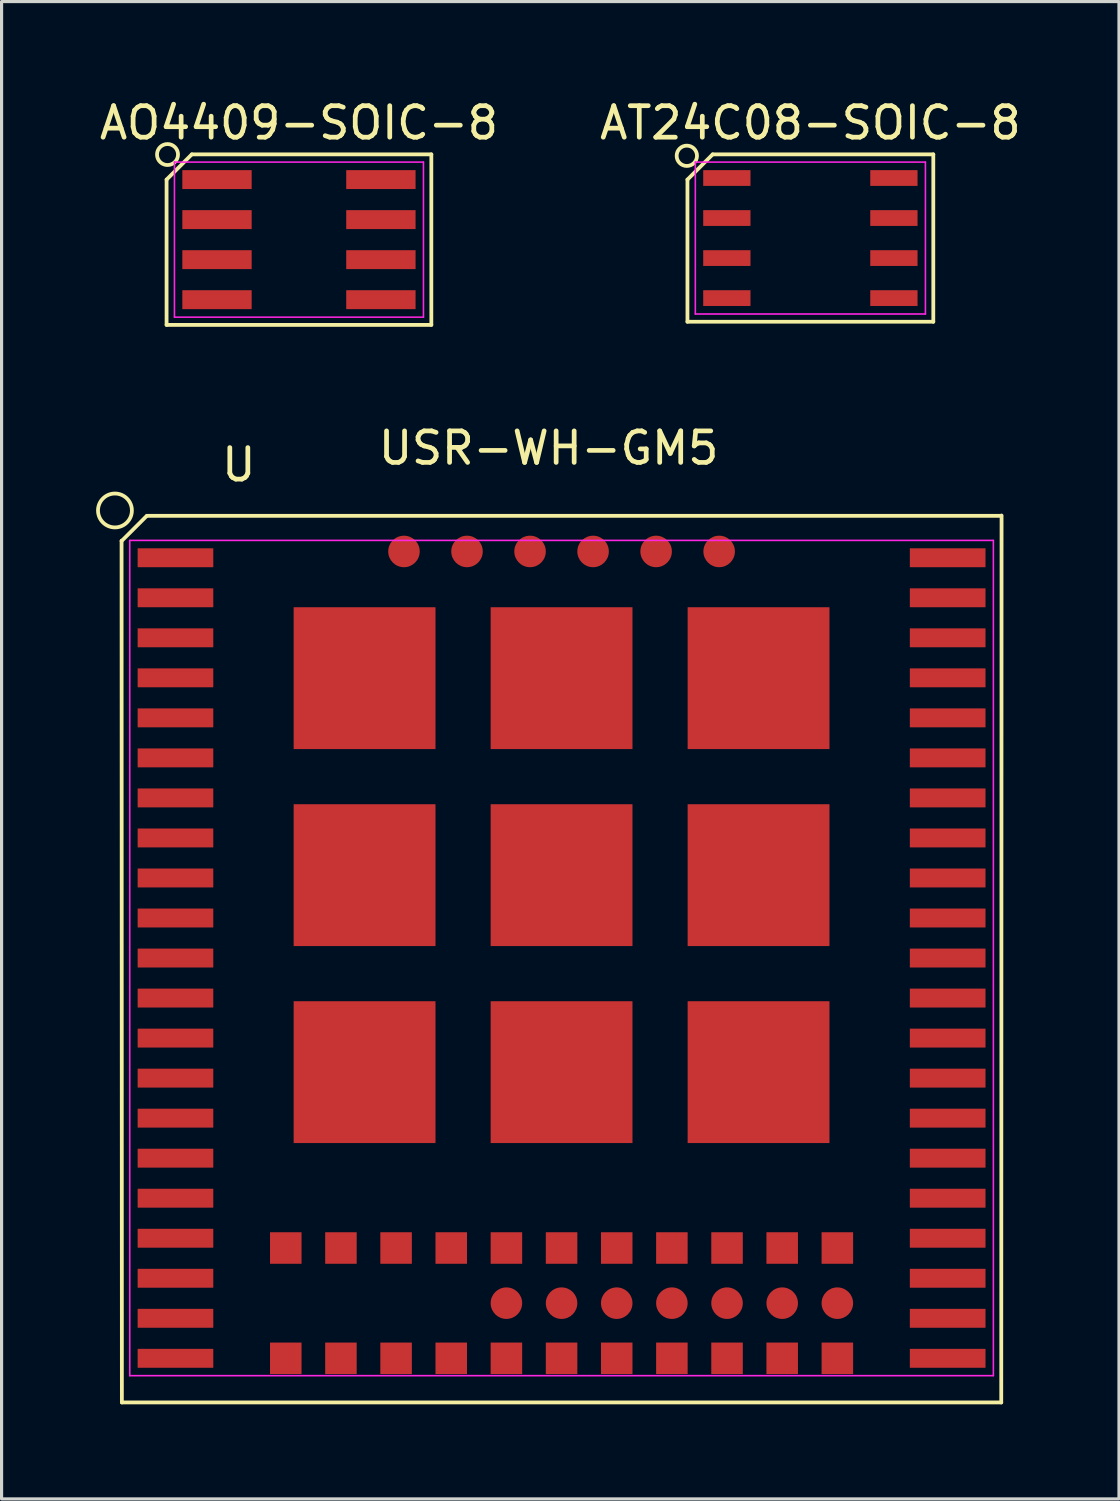
<source format=kicad_pcb>
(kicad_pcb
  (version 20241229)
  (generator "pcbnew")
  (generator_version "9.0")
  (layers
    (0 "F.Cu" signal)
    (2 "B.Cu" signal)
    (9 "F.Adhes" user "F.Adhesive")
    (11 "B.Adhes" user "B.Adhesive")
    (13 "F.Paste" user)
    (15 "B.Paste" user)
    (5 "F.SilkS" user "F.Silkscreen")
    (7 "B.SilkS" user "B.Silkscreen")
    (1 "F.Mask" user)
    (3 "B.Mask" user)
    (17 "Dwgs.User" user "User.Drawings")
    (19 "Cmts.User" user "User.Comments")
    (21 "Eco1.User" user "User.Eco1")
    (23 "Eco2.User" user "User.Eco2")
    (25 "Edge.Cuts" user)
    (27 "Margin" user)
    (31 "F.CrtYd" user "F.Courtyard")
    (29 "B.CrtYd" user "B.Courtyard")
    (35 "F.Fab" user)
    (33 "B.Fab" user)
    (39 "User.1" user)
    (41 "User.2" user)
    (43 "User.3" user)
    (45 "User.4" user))
  (footprint "AT24C08-SOIC-8"
    (layer "F.Cu")
    (at 22.651 4.353)
    (property "Reference" "AT24C08-SOIC-8" (at 0.01 -3.505 0) (layer "F.SilkS") (effects (font (size 1 1) (thickness 0.15))))
    (attr smd)
    (fp_line (start -3.89 -1.705) (end -3.09 -2.505) (stroke (width 0.12) (type solid)) (layer "F.SilkS"))
    (fp_line (start -3.89 2.805) (end -3.89 -1.705) (stroke (width 0.12) (type solid)) (layer "F.SilkS"))
    (fp_line (start -3.09 -2.505) (end 3.91 -2.505) (stroke (width 0.12) (type solid)) (layer "F.SilkS"))
    (fp_line (start 3.91 -2.505) (end 3.91 2.805) (stroke (width 0.12) (type solid)) (layer "F.SilkS"))
    (fp_line (start 3.91 2.805) (end -3.89 2.805) (stroke (width 0.12) (type solid)) (layer "F.SilkS"))
    (fp_circle (center -3.91 -2.46) (end -3.75 -2.18) (stroke (width 0.12) (type solid)) (fill no) (layer "F.SilkS"))
    (fp_line (start -3.64 -2.26) (end 3.66 -2.26) (stroke (width 0.05) (type solid)) (layer "F.CrtYd"))
    (fp_line (start -3.64 2.56) (end -3.64 -2.26) (stroke (width 0.05) (type solid)) (layer "F.CrtYd"))
    (fp_line (start 3.66 -2.26) (end 3.66 2.56) (stroke (width 0.05) (type solid)) (layer "F.CrtYd"))
    (fp_line (start 3.66 2.56) (end -3.64 2.56) (stroke (width 0.05) (type solid)) (layer "F.CrtYd"))
    (pad "1" smd rect (at -2.64 -1.755 270) (size 0.5 1.5) (layers "F.Cu" "F.Mask" "F.Paste"))
    (pad "2" smd rect (at -2.64 -0.485 270) (size 0.5 1.5) (layers "F.Cu" "F.Mask" "F.Paste"))
    (pad "3" smd rect (at -2.64 0.785 270) (size 0.5 1.5) (layers "F.Cu" "F.Mask" "F.Paste"))
    (pad "4" smd rect (at -2.64 2.055 270) (size 0.5 1.5) (layers "F.Cu" "F.Mask" "F.Paste"))
    (pad "5" smd rect (at 2.66 2.055 270) (size 0.5 1.5) (layers "F.Cu" "F.Mask" "F.Paste"))
    (pad "6" smd rect (at 2.66 0.785 270) (size 0.5 1.5) (layers "F.Cu" "F.Mask" "F.Paste"))
    (pad "7" smd rect (at 2.66 -0.485 270) (size 0.5 1.5) (layers "F.Cu" "F.Mask" "F.Paste"))
    (pad "8" smd rect (at 2.66 -1.755 270) (size 0.5 1.5) (layers "F.Cu" "F.Mask" "F.Paste")))
  (footprint "USR-WH-GM5"
    (layer "F.Cu")
    (at 14.657 26.346)
    (property "Reference" "USR-WH-GM5" (at -0.3 -15.18 0) (layer "F.SilkS") (effects (font (size 1 1) (thickness 0.15))))
    (attr smd)
    (fp_line (start -13.85 -12.24) (end -13.84 15.1) (stroke (width 0.12) (type solid)) (layer "F.SilkS"))
    (fp_line (start -13.85 -12.23) (end -13.05 -13.03) (stroke (width 0.12) (type solid)) (layer "F.SilkS"))
    (fp_line (start -13.04 -13.03) (end 14.06 -13.03) (stroke (width 0.12) (type solid)) (layer "F.SilkS"))
    (fp_line (start 14.06 15.1) (end -13.84 15.1) (stroke (width 0.12) (type solid)) (layer "F.SilkS"))
    (fp_line (start 14.07 -13.04) (end 14.06 15.1) (stroke (width 0.12) (type solid)) (layer "F.SilkS"))
    (fp_circle (center -14.06 -13.2) (end -13.68 -12.82) (stroke (width 0.12) (type solid)) (fill no) (layer "F.SilkS"))
    (fp_line (start -13.59 -12.25) (end 13.81 -12.25) (stroke (width 0.05) (type solid)) (layer "F.CrtYd"))
    (fp_line (start -13.59 14.25) (end -13.59 -12.25) (stroke (width 0.05) (type solid)) (layer "F.CrtYd"))
    (fp_line (start 13.81 -12.25) (end 13.81 14.25) (stroke (width 0.05) (type solid)) (layer "F.CrtYd"))
    (fp_line (start 13.81 14.25) (end -13.59 14.25) (stroke (width 0.05) (type solid)) (layer "F.CrtYd"))
    (fp_text user "U" (at -10.13 -14.65 0) (layer "F.SilkS") (effects (font (size 1 1) (thickness 0.15))))
    (pad "1" smd rect (at -12.14 -11.7 270) (size 0.6 2.4) (layers "F.Cu" "F.Mask" "F.Paste"))
    (pad "2" smd rect (at -12.14 -10.43 270) (size 0.6 2.4) (layers "F.Cu" "F.Mask" "F.Paste"))
    (pad "3" smd rect (at -12.14 -9.16 270) (size 0.6 2.4) (layers "F.Cu" "F.Mask" "F.Paste"))
    (pad "4" smd rect (at -12.14 -7.89 270) (size 0.6 2.4) (layers "F.Cu" "F.Mask" "F.Paste"))
    (pad "5" smd rect (at -12.14 -6.62 270) (size 0.6 2.4) (layers "F.Cu" "F.Mask" "F.Paste"))
    (pad "6" smd rect (at -12.14 -5.35 270) (size 0.6 2.4) (layers "F.Cu" "F.Mask" "F.Paste"))
    (pad "7" smd rect (at -12.14 -4.08 270) (size 0.6 2.4) (layers "F.Cu" "F.Mask" "F.Paste"))
    (pad "8" smd rect (at -12.14 -2.81 270) (size 0.6 2.4) (layers "F.Cu" "F.Mask" "F.Paste"))
    (pad "9" smd rect (at -12.14 -1.54 270) (size 0.6 2.4) (layers "F.Cu" "F.Mask" "F.Paste"))
    (pad "10" smd rect (at -12.14 -0.27 270) (size 0.6 2.4) (layers "F.Cu" "F.Mask" "F.Paste"))
    (pad "11" smd rect (at -12.14 1 270) (size 0.6 2.4) (layers "F.Cu" "F.Mask" "F.Paste"))
    (pad "12" smd rect (at -12.14 2.27 270) (size 0.6 2.4) (layers "F.Cu" "F.Mask" "F.Paste"))
    (pad "13" smd rect (at -12.14 3.54 270) (size 0.6 2.4) (layers "F.Cu" "F.Mask" "F.Paste"))
    (pad "14" smd rect (at -12.14 4.81 270) (size 0.6 2.4) (layers "F.Cu" "F.Mask" "F.Paste"))
    (pad "15" smd rect (at -12.14 6.08 270) (size 0.6 2.4) (layers "F.Cu" "F.Mask" "F.Paste"))
    (pad "16" smd rect (at -12.14 7.35 270) (size 0.6 2.4) (layers "F.Cu" "F.Mask" "F.Paste"))
    (pad "17" smd rect (at -12.14 8.62 270) (size 0.6 2.4) (layers "F.Cu" "F.Mask" "F.Paste"))
    (pad "18" smd rect (at -12.14 9.89 270) (size 0.6 2.4) (layers "F.Cu" "F.Mask" "F.Paste"))
    (pad "19" smd rect (at -12.14 11.16 270) (size 0.6 2.4) (layers "F.Cu" "F.Mask" "F.Paste"))
    (pad "20" smd rect (at -12.14 12.43 270) (size 0.6 2.4) (layers "F.Cu" "F.Mask" "F.Paste"))
    (pad "21" smd rect (at -12.14 13.7 270) (size 0.6 2.4) (layers "F.Cu" "F.Mask" "F.Paste"))
    (pad "22" smd rect (at 12.36 13.7 270) (size 0.6 2.4) (layers "F.Cu" "F.Mask" "F.Paste"))
    (pad "23" smd rect (at 12.36 12.43 270) (size 0.6 2.4) (layers "F.Cu" "F.Mask" "F.Paste"))
    (pad "24" smd rect (at 12.36 11.16 270) (size 0.6 2.4) (layers "F.Cu" "F.Mask" "F.Paste"))
    (pad "25" smd rect (at 12.36 9.89 270) (size 0.6 2.4) (layers "F.Cu" "F.Mask" "F.Paste"))
    (pad "26" smd rect (at 12.36 8.62 270) (size 0.6 2.4) (layers "F.Cu" "F.Mask" "F.Paste"))
    (pad "27" smd rect (at 12.36 7.35 270) (size 0.6 2.4) (layers "F.Cu" "F.Mask" "F.Paste"))
    (pad "28" smd rect (at 12.36 6.08 270) (size 0.6 2.4) (layers "F.Cu" "F.Mask" "F.Paste"))
    (pad "29" smd rect (at 12.36 4.81 270) (size 0.6 2.4) (layers "F.Cu" "F.Mask" "F.Paste"))
    (pad "30" smd rect (at 12.36 3.54 270) (size 0.6 2.4) (layers "F.Cu" "F.Mask" "F.Paste"))
    (pad "31" smd rect (at 12.36 2.27 270) (size 0.6 2.4) (layers "F.Cu" "F.Mask" "F.Paste"))
    (pad "32" smd rect (at 12.36 1 270) (size 0.6 2.4) (layers "F.Cu" "F.Mask" "F.Paste"))
    (pad "33" smd rect (at 12.36 -0.27 270) (size 0.6 2.4) (layers "F.Cu" "F.Mask" "F.Paste"))
    (pad "34" smd rect (at 12.36 -1.54 270) (size 0.6 2.4) (layers "F.Cu" "F.Mask" "F.Paste"))
    (pad "35" smd rect (at 12.36 -2.81 270) (size 0.6 2.4) (layers "F.Cu" "F.Mask" "F.Paste"))
    (pad "36" smd rect (at 12.36 -4.08 270) (size 0.6 2.4) (layers "F.Cu" "F.Mask" "F.Paste"))
    (pad "37" smd rect (at 12.36 -5.35 270) (size 0.6 2.4) (layers "F.Cu" "F.Mask" "F.Paste"))
    (pad "38" smd rect (at 12.36 -6.62 270) (size 0.6 2.4) (layers "F.Cu" "F.Mask" "F.Paste"))
    (pad "39" smd rect (at 12.36 -7.89 270) (size 0.6 2.4) (layers "F.Cu" "F.Mask" "F.Paste"))
    (pad "40" smd rect (at 12.36 -9.16 270) (size 0.6 2.4) (layers "F.Cu" "F.Mask" "F.Paste"))
    (pad "41" smd rect (at 12.36 -10.43 270) (size 0.6 2.4) (layers "F.Cu" "F.Mask" "F.Paste"))
    (pad "42" smd rect (at 12.36 -11.7 270) (size 0.6 2.4) (layers "F.Cu" "F.Mask" "F.Paste"))
    (pad "43" smd rect (at -8.64 13.7) (size 1 1) (layers "F.Cu" "F.Mask" "F.Paste"))
    (pad "44" smd rect (at -6.89 13.7) (size 1 1) (layers "F.Cu" "F.Mask" "F.Paste"))
    (pad "45" smd rect (at -5.14 13.7) (size 1 1) (layers "F.Cu" "F.Mask" "F.Paste"))
    (pad "46" smd rect (at -3.39 13.7) (size 1 1) (layers "F.Cu" "F.Mask" "F.Paste"))
    (pad "47" smd rect (at -1.64 13.7) (size 1 1) (layers "F.Cu" "F.Mask" "F.Paste"))
    (pad "48" smd rect (at 0.11 13.7) (size 1 1) (layers "F.Cu" "F.Mask" "F.Paste"))
    (pad "49" smd rect (at 1.86 13.7) (size 1 1) (layers "F.Cu" "F.Mask" "F.Paste"))
    (pad "50" smd rect (at 3.61 13.7) (size 1 1) (layers "F.Cu" "F.Mask" "F.Paste"))
    (pad "51" smd rect (at 5.36 13.7) (size 1 1) (layers "F.Cu" "F.Mask" "F.Paste"))
    (pad "52" smd rect (at 7.11 13.7) (size 1 1) (layers "F.Cu" "F.Mask" "F.Paste"))
    (pad "53" smd rect (at 8.86 13.7) (size 1 1) (layers "F.Cu" "F.Mask" "F.Paste"))
    (pad "54" smd rect (at -8.64 10.2) (size 1 1) (layers "F.Cu" "F.Mask" "F.Paste"))
    (pad "55" smd rect (at -6.14 -7.88) (size 4.5 4.5) (layers "F.Cu" "F.Mask" "F.Paste"))
    (pad "56" smd rect (at 0.11 -7.88) (size 4.5 4.5) (layers "F.Cu" "F.Mask" "F.Paste"))
    (pad "57" smd rect (at 6.36 -7.88) (size 4.5 4.5) (layers "F.Cu" "F.Mask" "F.Paste"))
    (pad "58" smd rect (at -6.14 -1.63) (size 4.5 4.5) (layers "F.Cu" "F.Mask" "F.Paste"))
    (pad "59" smd rect (at 0.11 -1.63) (size 4.5 4.5) (layers "F.Cu" "F.Mask" "F.Paste"))
    (pad "60" smd rect (at 6.36 -1.63) (size 4.5 4.5) (layers "F.Cu" "F.Mask" "F.Paste"))
    (pad "61" smd rect (at -6.14 4.62) (size 4.5 4.5) (layers "F.Cu" "F.Mask" "F.Paste"))
    (pad "62" smd rect (at 0.11 4.62) (size 4.5 4.5) (layers "F.Cu" "F.Mask" "F.Paste"))
    (pad "63" smd rect (at 6.36 4.62) (size 4.5 4.5) (layers "F.Cu" "F.Mask" "F.Paste"))
    (pad "64" smd circle (at -1.64 11.95) (size 1 1) (layers "F.Cu" "F.Mask" "F.Paste"))
    (pad "65" smd circle (at 0.11 11.95) (size 1 1) (layers "F.Cu" "F.Mask" "F.Paste"))
    (pad "66" smd rect (at -6.89 10.2) (size 1 1) (layers "F.Cu" "F.Mask" "F.Paste"))
    (pad "67" smd rect (at -5.14 10.2) (size 1 1) (layers "F.Cu" "F.Mask" "F.Paste"))
    (pad "68" smd rect (at -3.39 10.2) (size 1 1) (layers "F.Cu" "F.Mask" "F.Paste"))
    (pad "69" smd rect (at -1.64 10.2) (size 1 1) (layers "F.Cu" "F.Mask" "F.Paste"))
    (pad "70" smd rect (at 0.11 10.2) (size 1 1) (layers "F.Cu" "F.Mask" "F.Paste"))
    (pad "71" smd rect (at 1.86 10.2) (size 1 1) (layers "F.Cu" "F.Mask" "F.Paste"))
    (pad "72" smd rect (at 3.61 10.2) (size 1 1) (layers "F.Cu" "F.Mask" "F.Paste"))
    (pad "73" smd rect (at 5.36 10.2) (size 1 1) (layers "F.Cu" "F.Mask" "F.Paste"))
    (pad "74" smd rect (at 7.11 10.2) (size 1 1) (layers "F.Cu" "F.Mask" "F.Paste"))
    (pad "75" smd rect (at 8.86 10.2) (size 1 1) (layers "F.Cu" "F.Mask" "F.Paste"))
    (pad "76" smd circle (at -4.89 -11.9) (size 1 1) (layers "F.Cu" "F.Mask" "F.Paste"))
    (pad "77" smd circle (at -2.89 -11.9) (size 1 1) (layers "F.Cu" "F.Mask" "F.Paste"))
    (pad "78" smd circle (at -0.89 -11.9) (size 1 1) (layers "F.Cu" "F.Mask" "F.Paste"))
    (pad "79" smd circle (at 1.11 -11.9) (size 1 1) (layers "F.Cu" "F.Mask" "F.Paste"))
    (pad "80" smd circle (at 3.11 -11.9) (size 1 1) (layers "F.Cu" "F.Mask" "F.Paste"))
    (pad "81" smd circle (at 5.11 -11.9) (size 1 1) (layers "F.Cu" "F.Mask" "F.Paste"))
    (pad "82" smd circle (at 1.86 11.95) (size 1 1) (layers "F.Cu" "F.Mask" "F.Paste"))
    (pad "83" smd circle (at 3.61 11.95) (size 1 1) (layers "F.Cu" "F.Mask" "F.Paste"))
    (pad "84" smd circle (at 5.36 11.95) (size 1 1) (layers "F.Cu" "F.Mask" "F.Paste"))
    (pad "85" smd circle (at 7.11 11.95) (size 1 1) (layers "F.Cu" "F.Mask" "F.Paste"))
    (pad "86" smd circle (at 8.86 11.95) (size 1 1) (layers "F.Cu" "F.Mask" "F.Paste")))
  (footprint "AO4409-SOIC-8"
    (layer "F.Cu")
    (at 6.375 4.693)
    (property "Reference" "AO4409-SOIC-8" (at 0.06 -3.845 0) (layer "F.SilkS") (effects (font (size 1 1) (thickness 0.15))))
    (attr smd)
    (fp_line (start -4.14 -2.045) (end -3.34 -2.845) (stroke (width 0.12) (type solid)) (layer "F.SilkS"))
    (fp_line (start -4.14 2.565) (end -4.14 -2.045) (stroke (width 0.12) (type solid)) (layer "F.SilkS"))
    (fp_line (start -3.34 -2.845) (end 4.26 -2.845) (stroke (width 0.12) (type solid)) (layer "F.SilkS"))
    (fp_line (start 4.26 -2.845) (end 4.26 2.565) (stroke (width 0.12) (type solid)) (layer "F.SilkS"))
    (fp_line (start 4.26 2.565) (end -4.14 2.565) (stroke (width 0.12) (type solid)) (layer "F.SilkS"))
    (fp_circle (center -4.11 -2.84) (end -3.93 -2.56) (stroke (width 0.12) (type solid)) (fill no) (layer "F.SilkS"))
    (fp_line (start -3.89 -2.6) (end 4.01 -2.6) (stroke (width 0.05) (type solid)) (layer "F.CrtYd"))
    (fp_line (start -3.89 2.32) (end -3.89 -2.6) (stroke (width 0.05) (type solid)) (layer "F.CrtYd"))
    (fp_line (start 4.01 -2.6) (end 4.01 2.32) (stroke (width 0.05) (type solid)) (layer "F.CrtYd"))
    (fp_line (start 4.01 2.32) (end -3.89 2.32) (stroke (width 0.05) (type solid)) (layer "F.CrtYd"))
    (pad "1" smd rect (at -2.54 -2.045 270) (size 0.6 2.2) (layers "F.Cu" "F.Mask" "F.Paste"))
    (pad "2" smd rect (at -2.54 -0.775 270) (size 0.6 2.2) (layers "F.Cu" "F.Mask" "F.Paste"))
    (pad "3" smd rect (at -2.54 0.495 270) (size 0.6 2.2) (layers "F.Cu" "F.Mask" "F.Paste"))
    (pad "4" smd rect (at -2.54 1.765 270) (size 0.6 2.2) (layers "F.Cu" "F.Mask" "F.Paste"))
    (pad "5" smd rect (at 2.66 1.765 270) (size 0.6 2.2) (layers "F.Cu" "F.Mask" "F.Paste"))
    (pad "6" smd rect (at 2.66 0.495 270) (size 0.6 2.2) (layers "F.Cu" "F.Mask" "F.Paste"))
    (pad "7" smd rect (at 2.66 -0.775 270) (size 0.6 2.2) (layers "F.Cu" "F.Mask" "F.Paste"))
    (pad "8" smd rect (at 2.66 -2.045 270) (size 0.6 2.2) (layers "F.Cu" "F.Mask" "F.Paste")))
  (gr_rect
    (start -3 -3)
    (end 32.452 44.507)
    (stroke (width 0.1) (type default))
    (fill no)
    (layer "Edge.Cuts")))
</source>
